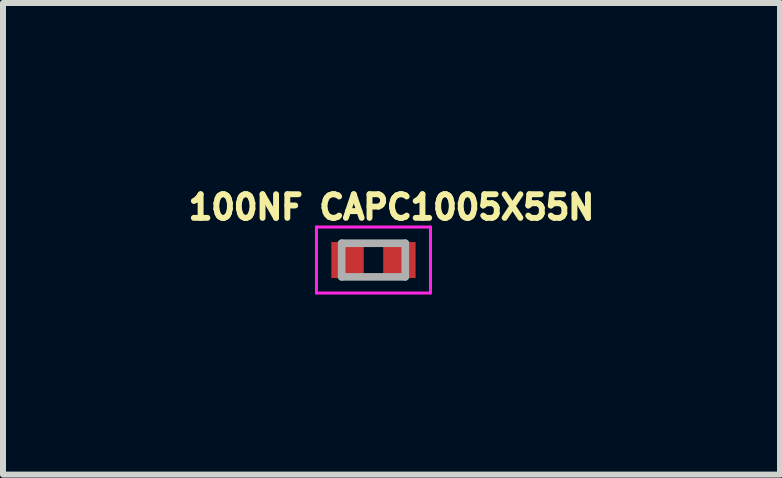
<source format=kicad_pcb>
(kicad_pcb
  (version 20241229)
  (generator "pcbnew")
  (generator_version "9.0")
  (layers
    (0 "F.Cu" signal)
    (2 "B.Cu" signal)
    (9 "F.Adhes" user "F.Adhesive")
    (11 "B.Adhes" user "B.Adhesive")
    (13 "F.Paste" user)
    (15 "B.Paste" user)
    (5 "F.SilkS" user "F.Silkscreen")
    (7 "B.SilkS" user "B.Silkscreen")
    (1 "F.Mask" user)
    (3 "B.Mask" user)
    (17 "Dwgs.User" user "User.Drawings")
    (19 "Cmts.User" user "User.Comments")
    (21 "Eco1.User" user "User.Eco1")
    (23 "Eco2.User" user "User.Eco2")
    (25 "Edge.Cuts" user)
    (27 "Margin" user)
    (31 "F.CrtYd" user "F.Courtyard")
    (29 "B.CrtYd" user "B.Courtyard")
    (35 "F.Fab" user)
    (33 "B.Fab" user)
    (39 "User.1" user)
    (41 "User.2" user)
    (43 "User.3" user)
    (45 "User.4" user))
  (footprint "100NF CAPC1005X55N"
    (layer "F.Cu")
    (at 3.173 1.283)
    (property "Reference" "100NF CAPC1005X55N" (at 0.3 -0.88 0) (layer "F.SilkS") (effects (font (size 0.394 0.394) (thickness 0.15))))
    (attr smd)
    (fp_line (start -0.95 -0.55) (end 0.95 -0.55) (stroke (width 0.05) (type solid)) (layer "F.CrtYd"))
    (fp_line (start -0.95 0.55) (end -0.95 -0.55) (stroke (width 0.05) (type solid)) (layer "F.CrtYd"))
    (fp_line (start -0.95 0.55) (end 0.95 0.55) (stroke (width 0.05) (type solid)) (layer "F.CrtYd"))
    (fp_line (start 0.95 0.55) (end 0.95 -0.55) (stroke (width 0.05) (type solid)) (layer "F.CrtYd"))
    (fp_line (start -0.53 0.28) (end -0.53 -0.28) (stroke (width 0.127) (type solid)) (layer "F.Fab"))
    (fp_line (start 0.53 -0.28) (end -0.53 -0.28) (stroke (width 0.127) (type solid)) (layer "F.Fab"))
    (fp_line (start 0.53 0.28) (end -0.53 0.28) (stroke (width 0.127) (type solid)) (layer "F.Fab"))
    (fp_line (start 0.53 0.28) (end 0.53 -0.28) (stroke (width 0.127) (type solid)) (layer "F.Fab"))
    (pad "1" smd rect (at -0.432 0) (size 0.54 0.6) (layers "F.Cu" "F.Mask" "F.Paste"))
    (pad "2" smd rect (at 0.432 0) (size 0.54 0.6) (layers "F.Cu" "F.Mask" "F.Paste")))
  (gr_rect
    (start -3 -3)
    (end 9.947 4.858)
    (stroke (width 0.1) (type default))
    (fill no)
    (layer "Edge.Cuts")))
</source>
